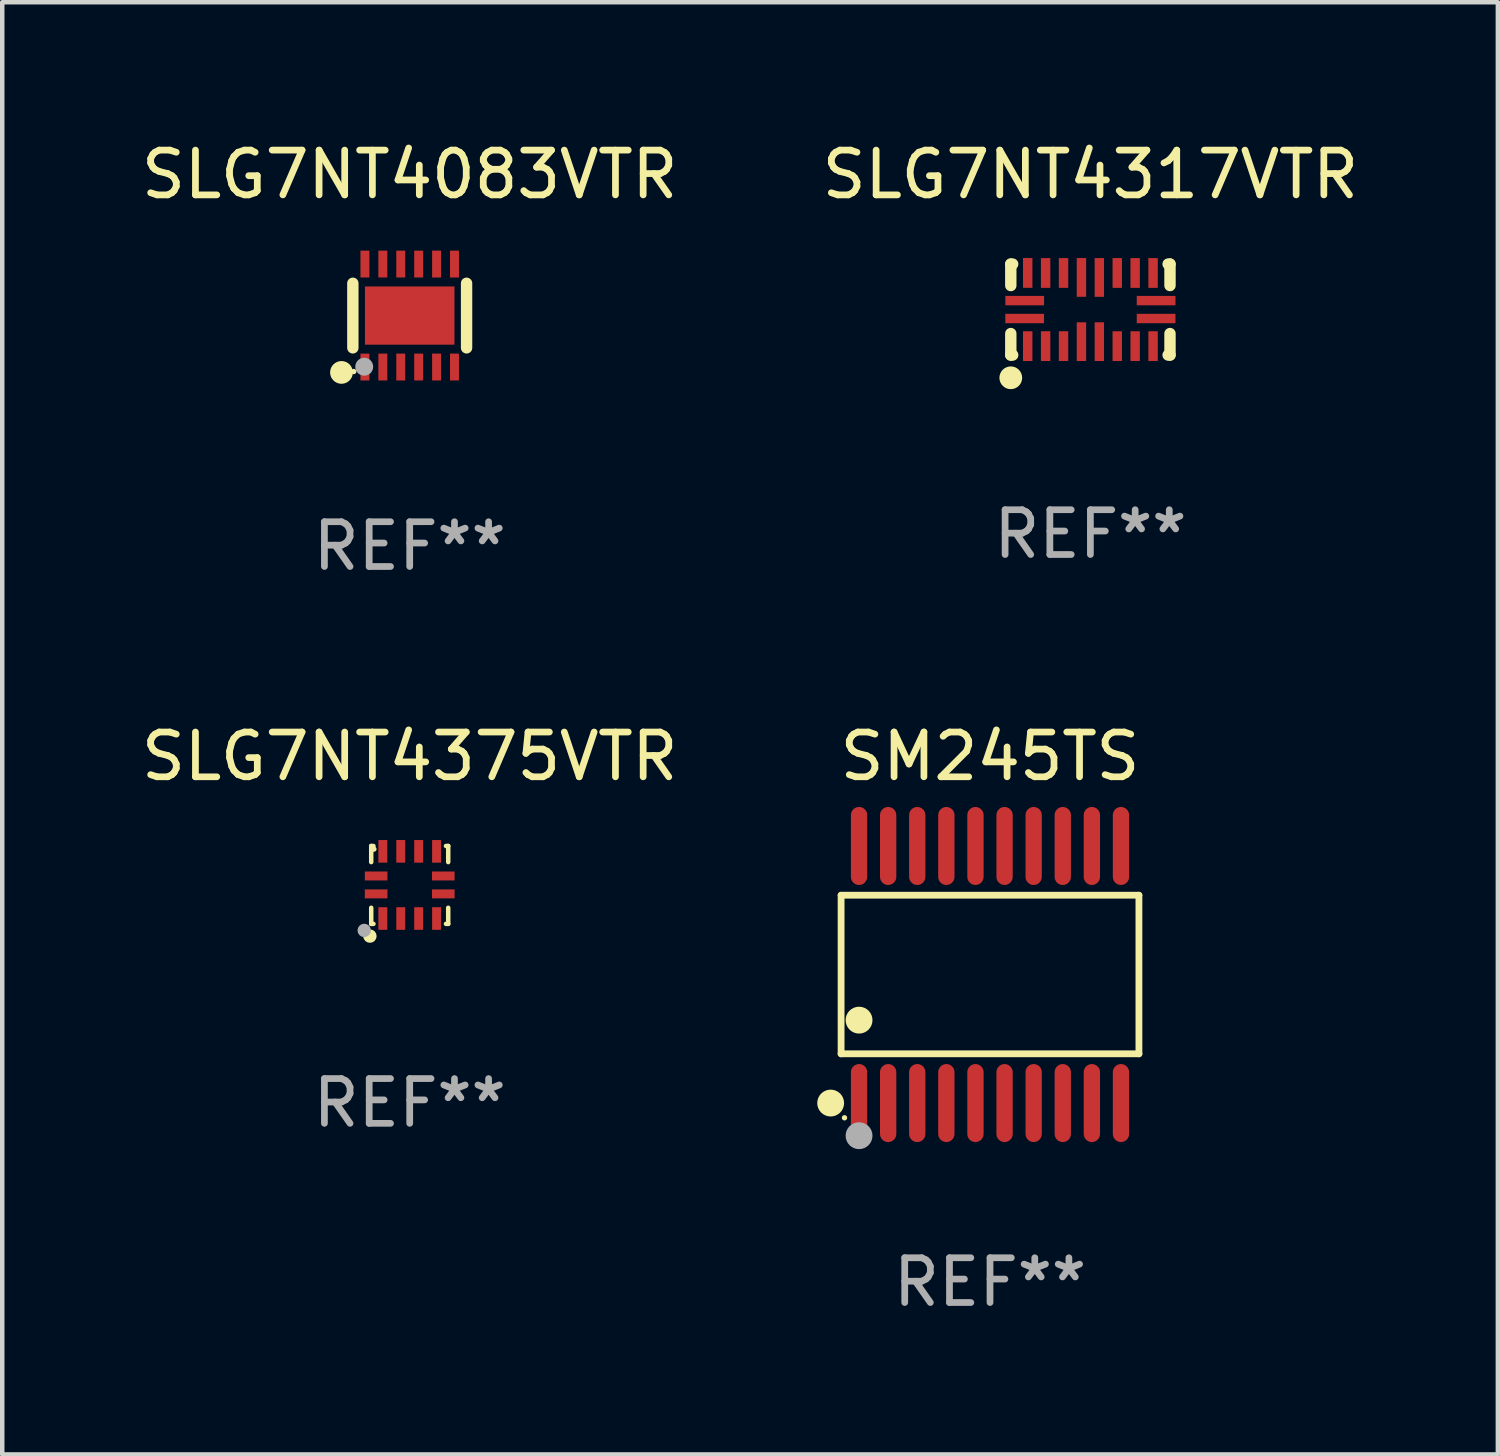
<source format=kicad_pcb>
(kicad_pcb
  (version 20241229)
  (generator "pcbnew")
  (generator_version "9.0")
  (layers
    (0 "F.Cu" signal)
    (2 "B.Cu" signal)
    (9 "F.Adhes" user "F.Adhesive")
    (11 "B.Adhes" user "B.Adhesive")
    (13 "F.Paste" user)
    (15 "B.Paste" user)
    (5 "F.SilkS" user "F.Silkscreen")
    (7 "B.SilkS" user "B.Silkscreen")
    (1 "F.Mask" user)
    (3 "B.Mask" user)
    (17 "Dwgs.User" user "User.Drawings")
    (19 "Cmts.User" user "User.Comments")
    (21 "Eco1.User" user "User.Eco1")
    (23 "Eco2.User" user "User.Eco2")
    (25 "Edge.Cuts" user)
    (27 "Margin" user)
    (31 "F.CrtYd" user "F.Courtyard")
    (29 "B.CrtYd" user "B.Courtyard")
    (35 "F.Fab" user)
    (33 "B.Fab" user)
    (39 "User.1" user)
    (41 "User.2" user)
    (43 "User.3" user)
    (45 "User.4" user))
  (footprint "SLG7NT4083VTR"
    (layer "F.Cu")
    (at 6.101 3.998)
    (property "Reference" "SLG7NT4083VTR" (at 0 -3.15 0) (layer "F.SilkS") (effects (font (size 1 1) (thickness 0.15))))
    (attr through_hole)
    (fp_line (start -1.27 0.721) (end -1.27 -0.721) (stroke (width 0.254) (type solid)) (layer "F.SilkS"))
    (fp_line (start 1.27 -0.721) (end 1.27 0.721) (stroke (width 0.254) (type solid)) (layer "F.SilkS"))
    (fp_circle (center -1.524 1.27) (end -1.397 1.27) (stroke (width 0.254) (type solid)) (fill no) (layer "F.SilkS"))
    (fp_circle (center -1.25 1.25) (end -1.22 1.25) (stroke (width 0.06) (type solid)) (fill no) (layer "F.SilkS"))
    (fp_circle (center -1.016 1.143) (end -0.916 1.143) (stroke (width 0.2) (type solid)) (fill no) (layer "F.Fab"))
    (fp_text user "REF**" (at 0 5.15 0) (layer "F.Fab") (effects (font (size 1 1) (thickness 0.15))))
    (pad "1" smd rect (at -1 1.15) (size 0.2 0.6) (layers "F.Cu" "F.Mask" "F.Paste"))
    (pad "2" smd rect (at -0.6 1.15) (size 0.2 0.6) (layers "F.Cu" "F.Mask" "F.Paste"))
    (pad "3" smd rect (at -0.2 1.15) (size 0.2 0.6) (layers "F.Cu" "F.Mask" "F.Paste"))
    (pad "4" smd rect (at 0.2 1.15) (size 0.2 0.6) (layers "F.Cu" "F.Mask" "F.Paste"))
    (pad "5" smd rect (at 0.6 1.15) (size 0.2 0.6) (layers "F.Cu" "F.Mask" "F.Paste"))
    (pad "6" smd rect (at 1 1.15) (size 0.2 0.6) (layers "F.Cu" "F.Mask" "F.Paste"))
    (pad "7" smd rect (at 1 -1.15) (size 0.2 0.6) (layers "F.Cu" "F.Mask" "F.Paste"))
    (pad "8" smd rect (at 0.6 -1.15) (size 0.2 0.6) (layers "F.Cu" "F.Mask" "F.Paste"))
    (pad "9" smd rect (at 0.2 -1.15) (size 0.2 0.6) (layers "F.Cu" "F.Mask" "F.Paste"))
    (pad "10" smd rect (at -0.2 -1.15) (size 0.2 0.6) (layers "F.Cu" "F.Mask" "F.Paste"))
    (pad "11" smd rect (at -0.6 -1.15) (size 0.2 0.6) (layers "F.Cu" "F.Mask" "F.Paste"))
    (pad "12" smd rect (at -1 -1.15) (size 0.2 0.6) (layers "F.Cu" "F.Mask" "F.Paste"))
    (pad "13" smd rect (at 0 0.000127) (size 2 1.3) (layers "F.Cu" "F.Mask" "F.Paste")))
  (footprint "SLG7NT4317VTR"
    (layer "F.Cu")
    (at 21.304 3.864)
    (property "Reference" "SLG7NT4317VTR" (at 0 -3.016 0) (layer "F.SilkS") (effects (font (size 1 1) (thickness 0.15))))
    (attr through_hole)
    (fp_line (start -1.778 -1.016) (end -1.778 -0.536) (stroke (width 0.254) (type solid)) (layer "F.SilkS"))
    (fp_line (start -1.778 0.536) (end -1.778 1.016) (stroke (width 0.254) (type solid)) (layer "F.SilkS"))
    (fp_line (start -1.778 1.016) (end -1.736 1.016) (stroke (width 0.254) (type solid)) (layer "F.SilkS"))
    (fp_line (start -1.736 -1.016) (end -1.778 -1.016) (stroke (width 0.254) (type solid)) (layer "F.SilkS"))
    (fp_line (start 1.736 1.016) (end 1.778 1.016) (stroke (width 0.254) (type solid)) (layer "F.SilkS"))
    (fp_line (start 1.778 -1.016) (end 1.736 -1.016) (stroke (width 0.254) (type solid)) (layer "F.SilkS"))
    (fp_line (start 1.778 -0.536) (end 1.778 -1.016) (stroke (width 0.254) (type solid)) (layer "F.SilkS"))
    (fp_line (start 1.778 1.016) (end 1.778 0.536) (stroke (width 0.254) (type solid)) (layer "F.SilkS"))
    (fp_circle (center -1.778 1.524) (end -1.651 1.524) (stroke (width 0.254) (type solid)) (fill no) (layer "F.SilkS"))
    (fp_text user "REF**" (at 0 5.016 0) (layer "F.Fab") (effects (font (size 1 1) (thickness 0.15))))
    (pad "1" smd rect (at -1.4 0.817 90) (size 0.665 0.21) (layers "F.Cu" "F.Mask" "F.Paste"))
    (pad "2" smd rect (at -1 0.817 90) (size 0.665 0.21) (layers "F.Cu" "F.Mask" "F.Paste"))
    (pad "3" smd rect (at -0.6 0.817 90) (size 0.665 0.21) (layers "F.Cu" "F.Mask" "F.Paste"))
    (pad "4" smd rect (at -0.2 0.717 90) (size 0.865 0.21) (layers "F.Cu" "F.Mask" "F.Paste"))
    (pad "5" smd rect (at 0.2 0.717 90) (size 0.865 0.21) (layers "F.Cu" "F.Mask" "F.Paste"))
    (pad "6" smd rect (at 0.6 0.817 90) (size 0.665 0.21) (layers "F.Cu" "F.Mask" "F.Paste"))
    (pad "7" smd rect (at 1 0.817 90) (size 0.665 0.21) (layers "F.Cu" "F.Mask" "F.Paste"))
    (pad "8" smd rect (at 1.4 0.817 90) (size 0.665 0.21) (layers "F.Cu" "F.Mask" "F.Paste"))
    (pad "9" smd rect (at 1.468 0.2 180) (size 0.865 0.21) (layers "F.Cu" "F.Mask" "F.Paste"))
    (pad "10" smd rect (at 1.468 -0.2 180) (size 0.865 0.21) (layers "F.Cu" "F.Mask" "F.Paste"))
    (pad "11" smd rect (at 1.4 -0.817 270) (size 0.665 0.21) (layers "F.Cu" "F.Mask" "F.Paste"))
    (pad "12" smd rect (at 1 -0.817 270) (size 0.665 0.21) (layers "F.Cu" "F.Mask" "F.Paste"))
    (pad "13" smd rect (at 0.6 -0.817 270) (size 0.665 0.21) (layers "F.Cu" "F.Mask" "F.Paste"))
    (pad "14" smd rect (at 0.2 -0.717 270) (size 0.865 0.21) (layers "F.Cu" "F.Mask" "F.Paste"))
    (pad "15" smd rect (at -0.2 -0.718 270) (size 0.865 0.21) (layers "F.Cu" "F.Mask" "F.Paste"))
    (pad "16" smd rect (at -0.6 -0.817 270) (size 0.665 0.21) (layers "F.Cu" "F.Mask" "F.Paste"))
    (pad "17" smd rect (at -1 -0.817 270) (size 0.665 0.21) (layers "F.Cu" "F.Mask" "F.Paste"))
    (pad "18" smd rect (at -1.4 -0.818 270) (size 0.665 0.21) (layers "F.Cu" "F.Mask" "F.Paste"))
    (pad "19" smd rect (at -1.467 -0.2) (size 0.865 0.21) (layers "F.Cu" "F.Mask" "F.Paste"))
    (pad "20" smd rect (at -1.468 0.2) (size 0.865 0.21) (layers "F.Cu" "F.Mask" "F.Paste")))
  (footprint "SLG7NT4375VTR"
    (layer "F.Cu")
    (at 6.101 16.715)
    (property "Reference" "SLG7NT4375VTR" (at 0 -2.87 0) (layer "F.SilkS") (effects (font (size 1 1) (thickness 0.15))))
    (attr through_hole)
    (fp_line (start -0.86 0.87) (end -0.86 0.51) (stroke (width 0.1) (type solid)) (layer "F.SilkS"))
    (fp_line (start -0.86 0.87) (end -0.81 0.87) (stroke (width 0.1) (type solid)) (layer "F.SilkS"))
    (fp_line (start -0.86 -0.87) (end -0.81 -0.87) (stroke (width 0.1) (type solid)) (layer "F.SilkS"))
    (fp_line (start -0.86 -0.87) (end -0.86 -0.51) (stroke (width 0.1) (type solid)) (layer "F.SilkS"))
    (fp_line (start 0.86 0.87) (end 0.86 0.51) (stroke (width 0.1) (type solid)) (layer "F.SilkS"))
    (fp_line (start 0.86 0.87) (end 0.81 0.87) (stroke (width 0.1) (type solid)) (layer "F.SilkS"))
    (fp_line (start 0.86 -0.87) (end 0.81 -0.87) (stroke (width 0.1) (type solid)) (layer "F.SilkS"))
    (fp_line (start 0.86 -0.87) (end 0.86 -0.51) (stroke (width 0.1) (type solid)) (layer "F.SilkS"))
    (fp_circle (center -0.889 1.143) (end -0.814 1.143) (stroke (width 0.15) (type solid)) (fill no) (layer "F.SilkS"))
    (fp_circle (center -0.8 -0.8) (end -0.77 -0.8) (stroke (width 0.06) (type solid)) (fill no) (layer "F.SilkS"))
    (fp_circle (center -1.016 1.016) (end -0.941 1.016) (stroke (width 0.15) (type solid)) (fill no) (layer "F.Fab"))
    (fp_text user "REF**" (at 0 4.87 0) (layer "F.Fab") (effects (font (size 1 1) (thickness 0.15))))
    (pad "1" smd rect (at -0.6 0.75 270) (size 0.505 0.2) (layers "F.Cu" "F.Mask" "F.Paste"))
    (pad "2" smd rect (at -0.2 0.75 270) (size 0.505 0.2) (layers "F.Cu" "F.Mask" "F.Paste"))
    (pad "3" smd rect (at 0.2 0.75 270) (size 0.505 0.2) (layers "F.Cu" "F.Mask" "F.Paste"))
    (pad "4" smd rect (at 0.6 0.75 270) (size 0.505 0.2) (layers "F.Cu" "F.Mask" "F.Paste"))
    (pad "5" smd rect (at 0.75 0.2 270) (size 0.2 0.505) (layers "F.Cu" "F.Mask" "F.Paste"))
    (pad "6" smd rect (at 0.75 -0.2 270) (size 0.2 0.505) (layers "F.Cu" "F.Mask" "F.Paste"))
    (pad "7" smd rect (at 0.6 -0.75 270) (size 0.505 0.2) (layers "F.Cu" "F.Mask" "F.Paste"))
    (pad "8" smd rect (at 0.2 -0.75 270) (size 0.505 0.2) (layers "F.Cu" "F.Mask" "F.Paste"))
    (pad "9" smd rect (at -0.2 -0.75 270) (size 0.505 0.2) (layers "F.Cu" "F.Mask" "F.Paste"))
    (pad "10" smd rect (at -0.6 -0.75 270) (size 0.505 0.2) (layers "F.Cu" "F.Mask" "F.Paste"))
    (pad "11" smd rect (at -0.75 -0.2 270) (size 0.2 0.505) (layers "F.Cu" "F.Mask" "F.Paste"))
    (pad "12" smd rect (at -0.75 0.2 270) (size 0.2 0.505) (layers "F.Cu" "F.Mask" "F.Paste")))
  (footprint "SM245TS"
    (layer "F.Cu")
    (at 19.062 18.716)
    (property "Reference" "SM245TS" (at 0 -4.871 0) (layer "F.SilkS") (effects (font (size 1 1) (thickness 0.15))))
    (attr through_hole)
    (fp_line (start -3.326 -1.771) (end 3.326 -1.771) (stroke (width 0.152) (type solid)) (layer "F.SilkS"))
    (fp_line (start -3.326 1.771) (end -3.326 -1.771) (stroke (width 0.152) (type solid)) (layer "F.SilkS"))
    (fp_line (start 3.326 -1.771) (end 3.326 1.771) (stroke (width 0.152) (type solid)) (layer "F.SilkS"))
    (fp_line (start 3.326 1.771) (end -3.326 1.771) (stroke (width 0.152) (type solid)) (layer "F.SilkS"))
    (fp_circle (center -3.559 2.871) (end -3.409 2.871) (stroke (width 0.3) (type solid)) (fill no) (layer "F.SilkS"))
    (fp_circle (center -3.25 3.2) (end -3.22 3.2) (stroke (width 0.06) (type solid)) (fill no) (layer "F.SilkS"))
    (fp_circle (center -2.925 1.019) (end -2.775 1.019) (stroke (width 0.3) (type solid)) (fill no) (layer "F.SilkS"))
    (fp_circle (center -2.925 3.6) (end -2.775 3.6) (stroke (width 0.3) (type solid)) (fill no) (layer "F.Fab"))
    (fp_text user "REF**" (at 0 6.871 0) (layer "F.Fab") (effects (font (size 1 1) (thickness 0.15))))
    (pad "1" smd oval (at -2.925 2.871) (size 0.364 1.742) (layers "F.Cu" "F.Mask" "F.Paste"))
    (pad "2" smd oval (at -2.275 2.871) (size 0.364 1.742) (layers "F.Cu" "F.Mask" "F.Paste"))
    (pad "3" smd oval (at -1.625 2.871) (size 0.364 1.742) (layers "F.Cu" "F.Mask" "F.Paste"))
    (pad "4" smd oval (at -0.975 2.871) (size 0.364 1.742) (layers "F.Cu" "F.Mask" "F.Paste"))
    (pad "5" smd oval (at -0.325 2.871) (size 0.364 1.742) (layers "F.Cu" "F.Mask" "F.Paste"))
    (pad "6" smd oval (at 0.325 2.871) (size 0.364 1.742) (layers "F.Cu" "F.Mask" "F.Paste"))
    (pad "7" smd oval (at 0.975 2.871) (size 0.364 1.742) (layers "F.Cu" "F.Mask" "F.Paste"))
    (pad "8" smd oval (at 1.625 2.871) (size 0.364 1.742) (layers "F.Cu" "F.Mask" "F.Paste"))
    (pad "9" smd oval (at 2.275 2.871) (size 0.364 1.742) (layers "F.Cu" "F.Mask" "F.Paste"))
    (pad "10" smd oval (at 2.925 2.871) (size 0.364 1.742) (layers "F.Cu" "F.Mask" "F.Paste"))
    (pad "11" smd oval (at 2.925 -2.871) (size 0.364 1.742) (layers "F.Cu" "F.Mask" "F.Paste"))
    (pad "12" smd oval (at 2.275 -2.871) (size 0.364 1.742) (layers "F.Cu" "F.Mask" "F.Paste"))
    (pad "13" smd oval (at 1.625 -2.871) (size 0.364 1.742) (layers "F.Cu" "F.Mask" "F.Paste"))
    (pad "14" smd oval (at 0.975 -2.871) (size 0.364 1.742) (layers "F.Cu" "F.Mask" "F.Paste"))
    (pad "15" smd oval (at 0.325 -2.871) (size 0.364 1.742) (layers "F.Cu" "F.Mask" "F.Paste"))
    (pad "16" smd oval (at -0.325 -2.871) (size 0.364 1.742) (layers "F.Cu" "F.Mask" "F.Paste"))
    (pad "17" smd oval (at -0.975 -2.871) (size 0.364 1.742) (layers "F.Cu" "F.Mask" "F.Paste"))
    (pad "18" smd oval (at -1.625 -2.871) (size 0.364 1.742) (layers "F.Cu" "F.Mask" "F.Paste"))
    (pad "19" smd oval (at -2.275 -2.871) (size 0.364 1.742) (layers "F.Cu" "F.Mask" "F.Paste"))
    (pad "20" smd oval (at -2.925 -2.871) (size 0.364 1.742) (layers "F.Cu" "F.Mask" "F.Paste")))
  (gr_rect
    (start -3 -3)
    (end 30.405 29.435)
    (stroke (width 0.1) (type default))
    (fill no)
    (layer "Edge.Cuts")))
</source>
